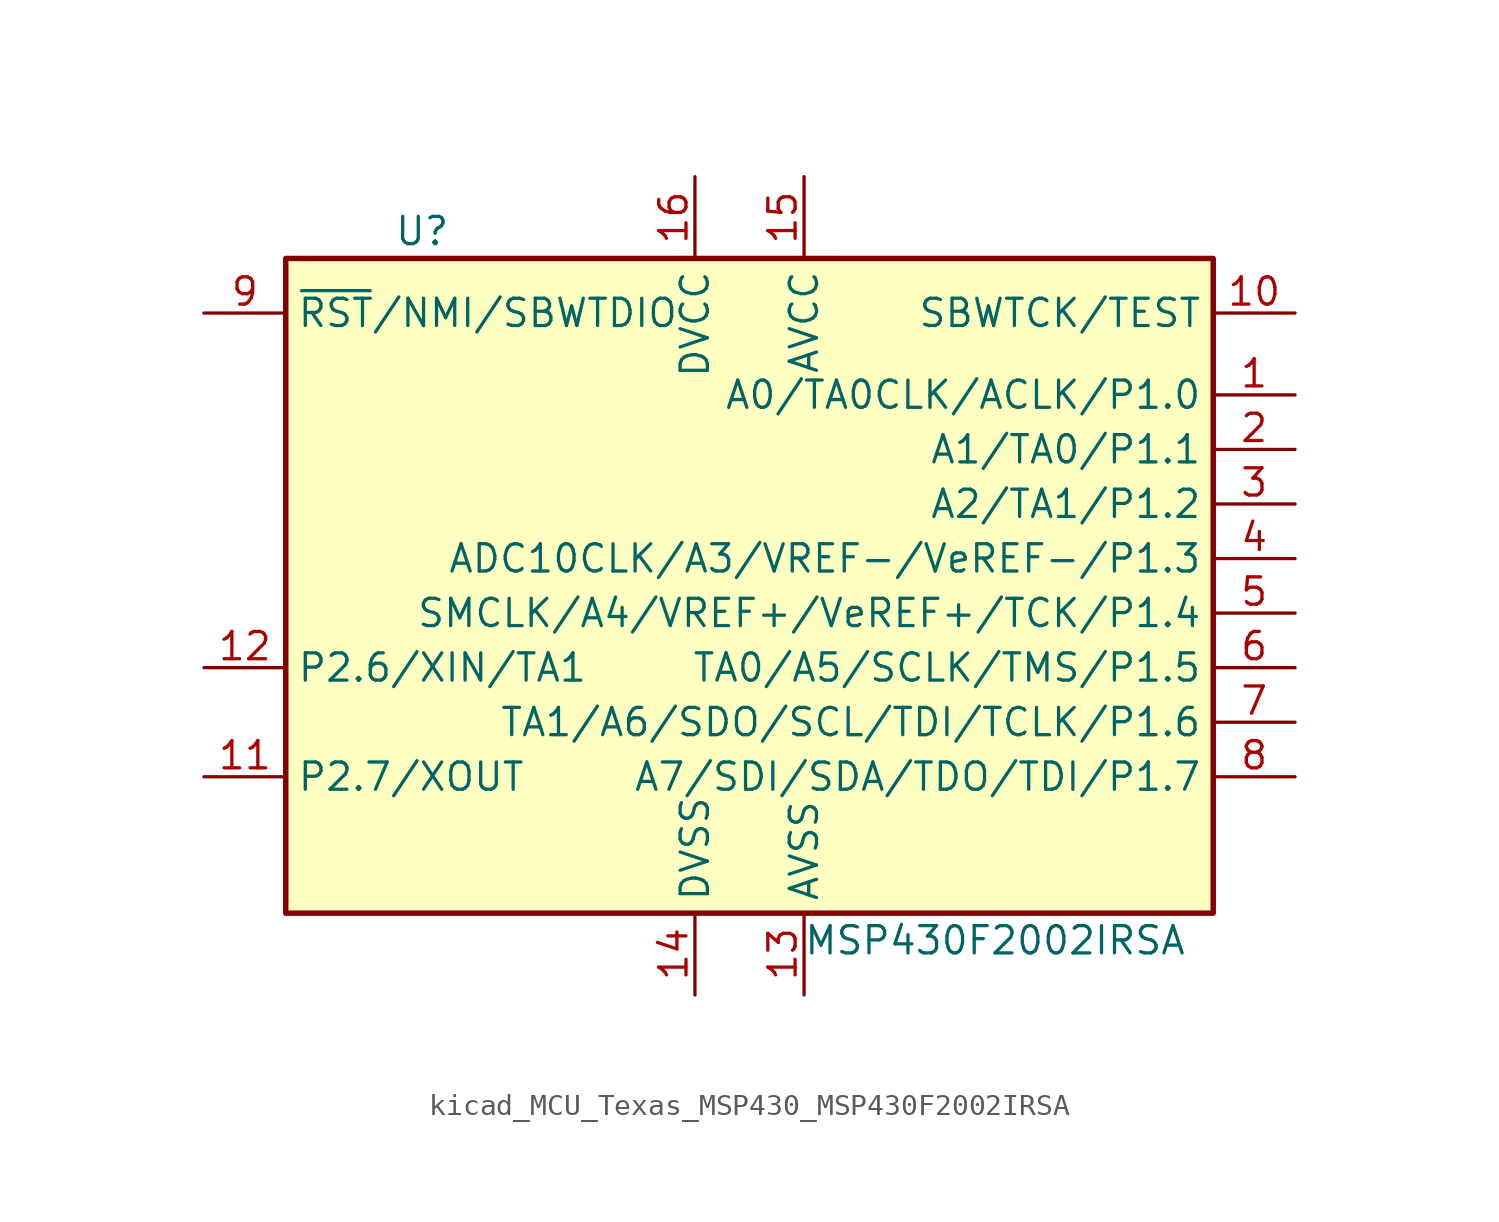
<source format=kicad_sym>
(kicad_symbol_lib
  (version 20220914)
  (generator kicad_symbol_editor)
  (symbol "kicad_MCU_Texas_MSP430_MSP430F2002IRSA"
    (property "Reference" "U"
      (at -15.24 15.24 0)
      (effects (font (size 1.27 1.27))))
    (property "Value" "MSP430F2002IRSA"
      (at 11.43 -17.78 0)
      (effects (font (size 1.27 1.27))))
    (symbol "kicad_MCU_Texas_MSP430_MSP430F2002IRSA_0_1"
      (rectangle (start -21.59 13.97) (end 21.59 -16.51) (stroke (width 0.254) (type default)) (fill (type background))))
    (symbol "kicad_MCU_Texas_MSP430_MSP430F2002IRSA_1_1"
      (pin bidirectional line (at 25.4 7.62 180) (length 3.81) (name "A0/TA0CLK/ACLK/P1.0" (effects (font (size 1.27 1.27)))) (number "1" (effects (font (size 1.27 1.27)))))
      (pin input line (at 25.4 11.43 180) (length 3.81) (name "SBWTCK/TEST" (effects (font (size 1.27 1.27)))) (number "10" (effects (font (size 1.27 1.27)))))
      (pin bidirectional line (at -25.4 -10.16 0) (length 3.81) (name "P2.7/XOUT" (effects (font (size 1.27 1.27)))) (number "11" (effects (font (size 1.27 1.27)))))
      (pin bidirectional line (at -25.4 -5.08 0) (length 3.81) (name "P2.6/XIN/TA1" (effects (font (size 1.27 1.27)))) (number "12" (effects (font (size 1.27 1.27)))))
      (pin power_in line (at 2.54 -20.32 90) (length 3.81) (name "AVSS" (effects (font (size 1.27 1.27)))) (number "13" (effects (font (size 1.27 1.27)))))
      (pin power_in line (at -2.54 -20.32 90) (length 3.81) (name "DVSS" (effects (font (size 1.27 1.27)))) (number "14" (effects (font (size 1.27 1.27)))))
      (pin power_in line (at 2.54 17.78 270) (length 3.81) (name "AVCC" (effects (font (size 1.27 1.27)))) (number "15" (effects (font (size 1.27 1.27)))))
      (pin power_in line (at -2.54 17.78 270) (length 3.81) (name "DVCC" (effects (font (size 1.27 1.27)))) (number "16" (effects (font (size 1.27 1.27)))))
      (pin bidirectional line (at 25.4 5.08 180) (length 3.81) (name "A1/TA0/P1.1" (effects (font (size 1.27 1.27)))) (number "2" (effects (font (size 1.27 1.27)))))
      (pin bidirectional line (at 25.4 2.54 180) (length 3.81) (name "A2/TA1/P1.2" (effects (font (size 1.27 1.27)))) (number "3" (effects (font (size 1.27 1.27)))))
      (pin bidirectional line (at 25.4 0 180) (length 3.81) (name "ADC10CLK/A3/VREF-/VeREF-/P1.3" (effects (font (size 1.27 1.27)))) (number "4" (effects (font (size 1.27 1.27)))))
      (pin bidirectional line (at 25.4 -2.54 180) (length 3.81) (name "SMCLK/A4/VREF+/VeREF+/TCK/P1.4" (effects (font (size 1.27 1.27)))) (number "5" (effects (font (size 1.27 1.27)))))
      (pin bidirectional line (at 25.4 -5.08 180) (length 3.81) (name "TA0/A5/SCLK/TMS/P1.5" (effects (font (size 1.27 1.27)))) (number "6" (effects (font (size 1.27 1.27)))))
      (pin bidirectional line (at 25.4 -7.62 180) (length 3.81) (name "TA1/A6/SDO/SCL/TDI/TCLK/P1.6" (effects (font (size 1.27 1.27)))) (number "7" (effects (font (size 1.27 1.27)))))
      (pin bidirectional line (at 25.4 -10.16 180) (length 3.81) (name "A7/SDI/SDA/TDO/TDI/P1.7" (effects (font (size 1.27 1.27)))) (number "8" (effects (font (size 1.27 1.27)))))
      (pin input line (at -25.4 11.43 0) (length 3.81) (name "~{RST}/NMI/SBWTDIO" (effects (font (size 1.27 1.27)))) (number "9" (effects (font (size 1.27 1.27))))))))
</source>
